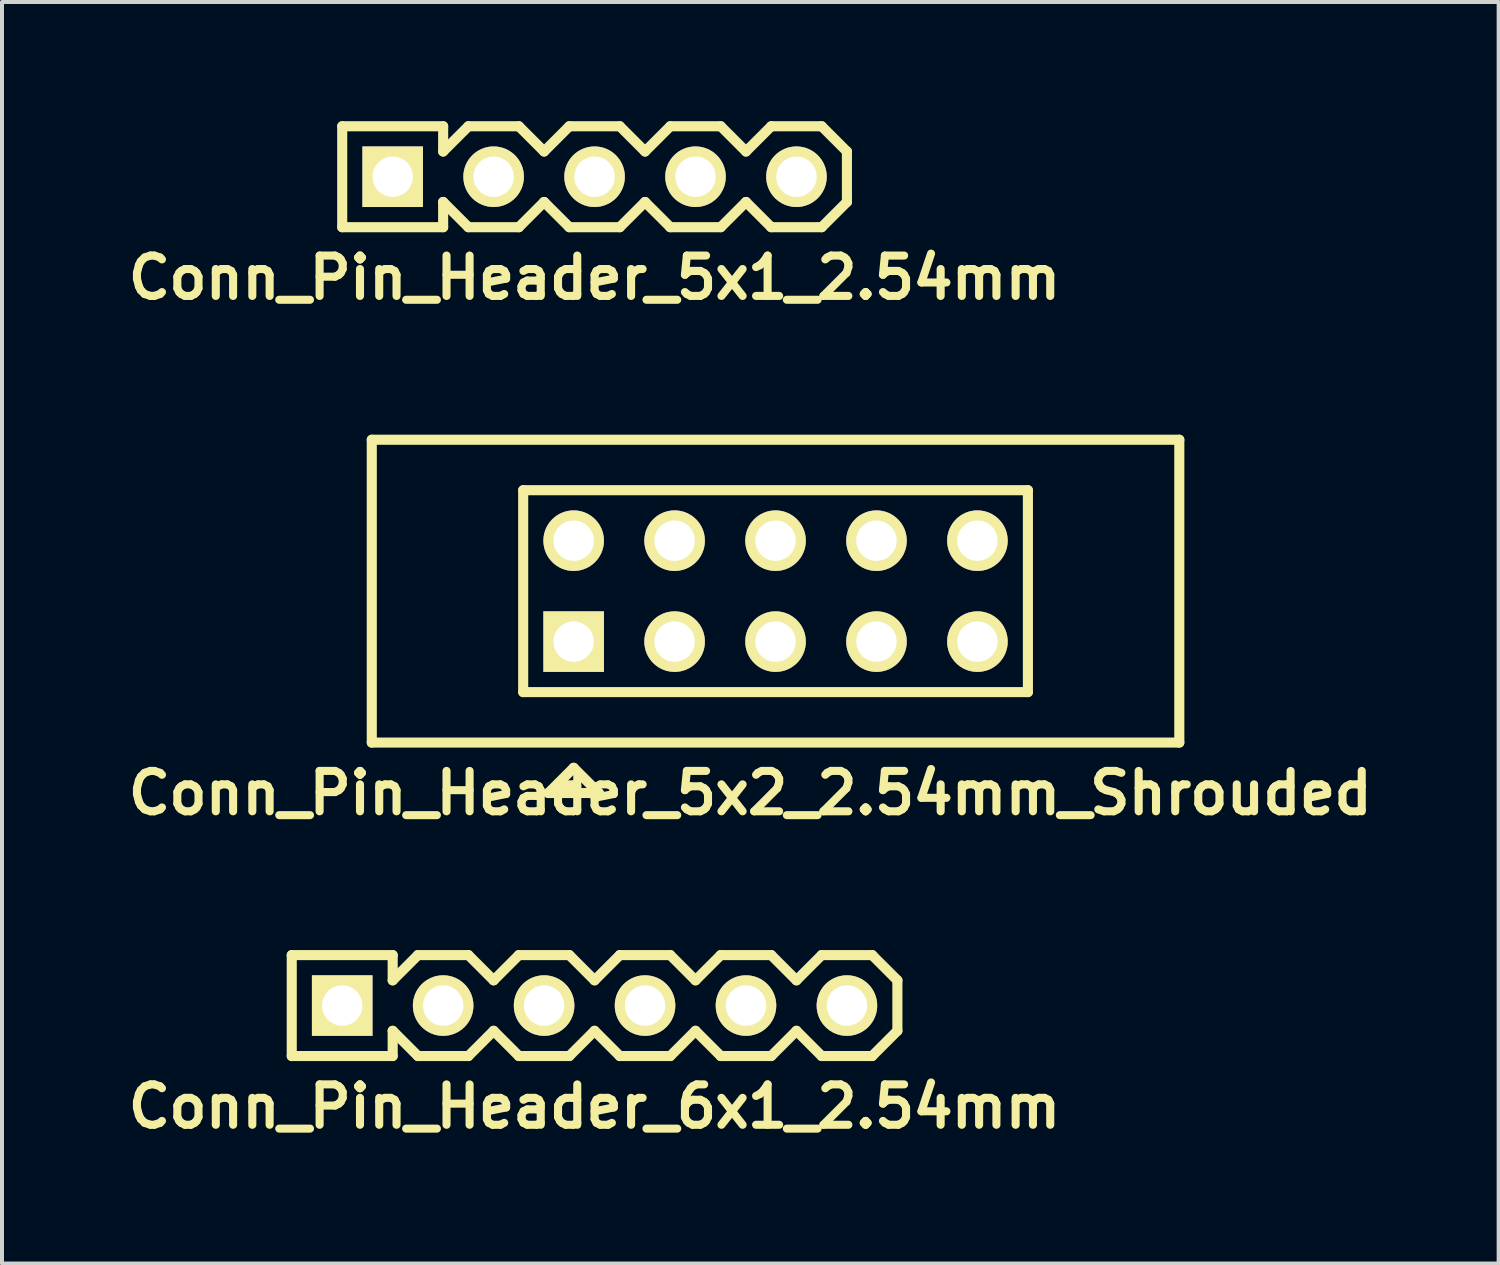
<source format=kicad_pcb>
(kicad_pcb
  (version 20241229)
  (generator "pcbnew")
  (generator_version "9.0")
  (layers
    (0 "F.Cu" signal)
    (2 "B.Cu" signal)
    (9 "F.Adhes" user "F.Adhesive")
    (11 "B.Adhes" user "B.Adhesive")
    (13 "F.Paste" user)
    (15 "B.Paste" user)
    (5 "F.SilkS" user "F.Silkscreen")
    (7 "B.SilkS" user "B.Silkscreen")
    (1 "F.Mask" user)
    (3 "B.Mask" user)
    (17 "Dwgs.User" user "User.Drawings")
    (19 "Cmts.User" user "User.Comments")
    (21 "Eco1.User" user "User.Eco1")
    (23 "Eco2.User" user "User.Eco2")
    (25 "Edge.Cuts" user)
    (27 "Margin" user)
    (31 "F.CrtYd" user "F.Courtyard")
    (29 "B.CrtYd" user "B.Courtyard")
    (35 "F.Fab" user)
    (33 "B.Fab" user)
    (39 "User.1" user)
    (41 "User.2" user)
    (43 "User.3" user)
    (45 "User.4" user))
  (footprint "Conn_Pin_Header_5x2_2.54mm_Shrouded"
    (layer "F.Cu")
    (at 16.465 11.825)
    (property "Reference" "Conn_Pin_Header_5x2_2.54mm_Shrouded" (at -0.635 5.08 0) (layer "F.SilkS") (effects (font (size 1.016 1.016) (thickness 0.203))))
    (attr through_hole)
    (fp_line (start -10.16 -3.81) (end 10.16 -3.81) (stroke (width 0.254) (type solid)) (layer "F.SilkS"))
    (fp_line (start -10.16 3.81) (end -10.16 -3.81) (stroke (width 0.254) (type solid)) (layer "F.SilkS"))
    (fp_line (start -10.16 3.81) (end 10.16 3.81) (stroke (width 0.254) (type solid)) (layer "F.SilkS"))
    (fp_line (start -6.35 -2.54) (end 6.35 -2.54) (stroke (width 0.254) (type solid)) (layer "F.SilkS"))
    (fp_line (start -6.35 2.54) (end -6.35 -2.54) (stroke (width 0.254) (type solid)) (layer "F.SilkS"))
    (fp_line (start -6.35 2.54) (end 6.35 2.54) (stroke (width 0.254) (type solid)) (layer "F.SilkS"))
    (fp_line (start -5.715 5.08) (end -5.08 4.445) (stroke (width 0.254) (type solid)) (layer "F.SilkS"))
    (fp_line (start -5.08 4.445) (end -4.445 5.08) (stroke (width 0.254) (type solid)) (layer "F.SilkS"))
    (fp_line (start -4.445 5.08) (end -5.715 5.08) (stroke (width 0.254) (type solid)) (layer "F.SilkS"))
    (fp_line (start 6.35 -2.54) (end 6.35 2.54) (stroke (width 0.254) (type solid)) (layer "F.SilkS"))
    (fp_line (start 10.16 -3.81) (end 10.16 3.81) (stroke (width 0.254) (type solid)) (layer "F.SilkS"))
    (pad "1" thru_hole rect (at -5.08 1.27) (size 1.524 1.524) (drill 1.016) (layers "*.Cu" "*.Mask" "F.SilkS"))
    (pad "2" thru_hole circle (at -5.08 -1.27) (size 1.524 1.524) (drill 1.016) (layers "*.Cu" "*.Mask" "F.SilkS"))
    (pad "3" thru_hole circle (at -2.54 1.27) (size 1.524 1.524) (drill 1.016) (layers "*.Cu" "*.Mask" "F.SilkS"))
    (pad "4" thru_hole circle (at -2.54 -1.27) (size 1.524 1.524) (drill 1.016) (layers "*.Cu" "*.Mask" "F.SilkS"))
    (pad "5" thru_hole circle (at 0 1.27) (size 1.524 1.524) (drill 1.016) (layers "*.Cu" "*.Mask" "F.SilkS"))
    (pad "6" thru_hole circle (at 0 -1.27) (size 1.524 1.524) (drill 1.016) (layers "*.Cu" "*.Mask" "F.SilkS"))
    (pad "7" thru_hole circle (at 2.54 1.27) (size 1.524 1.524) (drill 1.016) (layers "*.Cu" "*.Mask" "F.SilkS"))
    (pad "8" thru_hole circle (at 2.54 -1.27) (size 1.524 1.524) (drill 1.016) (layers "*.Cu" "*.Mask" "F.SilkS"))
    (pad "9" thru_hole circle (at 5.08 1.27) (size 1.524 1.524) (drill 1.016) (layers "*.Cu" "*.Mask" "F.SilkS"))
    (pad "10" thru_hole circle (at 5.08 -1.27) (size 1.524 1.524) (drill 1.016) (layers "*.Cu" "*.Mask" "F.SilkS")))
  (footprint "Conn_Pin_Header_6x1_2.54mm"
    (layer "F.Cu")
    (at 11.911 22.253)
    (property "Reference" "Conn_Pin_Header_6x1_2.54mm" (at 0 2.54 0) (layer "F.SilkS") (effects (font (size 1.016 1.016) (thickness 0.203))))
    (attr through_hole)
    (fp_line (start -7.62 -1.27) (end -5.08 -1.27) (stroke (width 0.254) (type solid)) (layer "F.SilkS"))
    (fp_line (start -7.62 1.27) (end -7.62 -1.27) (stroke (width 0.254) (type solid)) (layer "F.SilkS"))
    (fp_line (start -5.08 -0.635) (end -5.08 -1.27) (stroke (width 0.254) (type solid)) (layer "F.SilkS"))
    (fp_line (start -5.08 -0.635) (end -4.445 -1.27) (stroke (width 0.254) (type solid)) (layer "F.SilkS"))
    (fp_line (start -5.08 1.27) (end -7.62 1.27) (stroke (width 0.254) (type solid)) (layer "F.SilkS"))
    (fp_line (start -5.08 1.27) (end -5.08 0.635) (stroke (width 0.254) (type solid)) (layer "F.SilkS"))
    (fp_line (start -4.445 -1.27) (end -3.175 -1.27) (stroke (width 0.254) (type solid)) (layer "F.SilkS"))
    (fp_line (start -4.445 1.27) (end -5.08 0.635) (stroke (width 0.254) (type solid)) (layer "F.SilkS"))
    (fp_line (start -3.175 -1.27) (end -2.54 -0.635) (stroke (width 0.254) (type solid)) (layer "F.SilkS"))
    (fp_line (start -3.175 1.27) (end -4.445 1.27) (stroke (width 0.254) (type solid)) (layer "F.SilkS"))
    (fp_line (start -2.54 -0.635) (end -1.905 -1.27) (stroke (width 0.254) (type solid)) (layer "F.SilkS"))
    (fp_line (start -2.54 0.635) (end -3.175 1.27) (stroke (width 0.254) (type solid)) (layer "F.SilkS"))
    (fp_line (start -1.905 -1.27) (end -0.635 -1.27) (stroke (width 0.254) (type solid)) (layer "F.SilkS"))
    (fp_line (start -1.905 1.27) (end -2.54 0.635) (stroke (width 0.254) (type solid)) (layer "F.SilkS"))
    (fp_line (start -0.635 -1.27) (end 0 -0.635) (stroke (width 0.254) (type solid)) (layer "F.SilkS"))
    (fp_line (start -0.635 1.27) (end -1.905 1.27) (stroke (width 0.254) (type solid)) (layer "F.SilkS"))
    (fp_line (start 0 -0.635) (end 0.635 -1.27) (stroke (width 0.254) (type solid)) (layer "F.SilkS"))
    (fp_line (start 0 0.635) (end -0.635 1.27) (stroke (width 0.254) (type solid)) (layer "F.SilkS"))
    (fp_line (start 0.635 -1.27) (end 1.905 -1.27) (stroke (width 0.254) (type solid)) (layer "F.SilkS"))
    (fp_line (start 0.635 1.27) (end 0 0.635) (stroke (width 0.254) (type solid)) (layer "F.SilkS"))
    (fp_line (start 1.905 -1.27) (end 2.54 -0.635) (stroke (width 0.254) (type solid)) (layer "F.SilkS"))
    (fp_line (start 1.905 1.27) (end 0.635 1.27) (stroke (width 0.254) (type solid)) (layer "F.SilkS"))
    (fp_line (start 2.54 -0.635) (end 3.175 -1.27) (stroke (width 0.254) (type solid)) (layer "F.SilkS"))
    (fp_line (start 2.54 0.635) (end 1.905 1.27) (stroke (width 0.254) (type solid)) (layer "F.SilkS"))
    (fp_line (start 3.175 -1.27) (end 4.445 -1.27) (stroke (width 0.254) (type solid)) (layer "F.SilkS"))
    (fp_line (start 3.175 1.27) (end 2.54 0.635) (stroke (width 0.254) (type solid)) (layer "F.SilkS"))
    (fp_line (start 4.445 -1.27) (end 5.08 -0.635) (stroke (width 0.254) (type solid)) (layer "F.SilkS"))
    (fp_line (start 4.445 1.27) (end 3.175 1.27) (stroke (width 0.254) (type solid)) (layer "F.SilkS"))
    (fp_line (start 5.08 -0.635) (end 5.715 -1.27) (stroke (width 0.254) (type solid)) (layer "F.SilkS"))
    (fp_line (start 5.08 0.635) (end 4.445 1.27) (stroke (width 0.254) (type solid)) (layer "F.SilkS"))
    (fp_line (start 5.08 0.635) (end 5.715 1.27) (stroke (width 0.254) (type solid)) (layer "F.SilkS"))
    (fp_line (start 5.715 -1.27) (end 6.985 -1.27) (stroke (width 0.254) (type solid)) (layer "F.SilkS"))
    (fp_line (start 5.715 1.27) (end 6.985 1.27) (stroke (width 0.254) (type solid)) (layer "F.SilkS"))
    (fp_line (start 6.985 -1.27) (end 7.62 -0.635) (stroke (width 0.254) (type solid)) (layer "F.SilkS"))
    (fp_line (start 6.985 1.27) (end 7.62 0.635) (stroke (width 0.254) (type solid)) (layer "F.SilkS"))
    (fp_line (start 7.62 -0.635) (end 7.62 0.635) (stroke (width 0.254) (type solid)) (layer "F.SilkS"))
    (pad "1" thru_hole rect (at -6.35 0) (size 1.524 1.524) (drill 1.016) (layers "*.Cu" "*.Mask" "F.SilkS"))
    (pad "2" thru_hole circle (at -3.81 0) (size 1.524 1.524) (drill 1.016) (layers "*.Cu" "*.Mask" "F.SilkS"))
    (pad "3" thru_hole circle (at -1.27 0) (size 1.524 1.524) (drill 1.016) (layers "*.Cu" "*.Mask" "F.SilkS"))
    (pad "4" thru_hole circle (at 1.27 0) (size 1.524 1.524) (drill 1.016) (layers "*.Cu" "*.Mask" "F.SilkS"))
    (pad "5" thru_hole circle (at 3.81 0) (size 1.524 1.524) (drill 1.016) (layers "*.Cu" "*.Mask" "F.SilkS"))
    (pad "6" thru_hole circle (at 6.35 0) (size 1.524 1.524) (drill 1.016) (layers "*.Cu" "*.Mask" "F.SilkS")))
  (footprint "Conn_Pin_Header_5x1_2.54mm"
    (layer "F.Cu")
    (at 11.911 1.397)
    (property "Reference" "Conn_Pin_Header_5x1_2.54mm" (at 0 2.54 0) (layer "F.SilkS") (effects (font (size 1.016 1.016) (thickness 0.203))))
    (attr through_hole)
    (fp_line (start -6.35 -1.27) (end -3.81 -1.27) (stroke (width 0.254) (type solid)) (layer "F.SilkS"))
    (fp_line (start -6.35 1.27) (end -6.35 -1.27) (stroke (width 0.254) (type solid)) (layer "F.SilkS"))
    (fp_line (start -3.81 -0.635) (end -3.81 -1.27) (stroke (width 0.254) (type solid)) (layer "F.SilkS"))
    (fp_line (start -3.81 -0.635) (end -3.175 -1.27) (stroke (width 0.254) (type solid)) (layer "F.SilkS"))
    (fp_line (start -3.81 1.27) (end -6.35 1.27) (stroke (width 0.254) (type solid)) (layer "F.SilkS"))
    (fp_line (start -3.81 1.27) (end -3.81 0.635) (stroke (width 0.254) (type solid)) (layer "F.SilkS"))
    (fp_line (start -3.175 -1.27) (end -1.905 -1.27) (stroke (width 0.254) (type solid)) (layer "F.SilkS"))
    (fp_line (start -3.175 1.27) (end -3.81 0.635) (stroke (width 0.254) (type solid)) (layer "F.SilkS"))
    (fp_line (start -1.905 -1.27) (end -1.27 -0.635) (stroke (width 0.254) (type solid)) (layer "F.SilkS"))
    (fp_line (start -1.905 1.27) (end -3.175 1.27) (stroke (width 0.254) (type solid)) (layer "F.SilkS"))
    (fp_line (start -1.27 -0.635) (end -0.635 -1.27) (stroke (width 0.254) (type solid)) (layer "F.SilkS"))
    (fp_line (start -1.27 0.635) (end -1.905 1.27) (stroke (width 0.254) (type solid)) (layer "F.SilkS"))
    (fp_line (start -0.635 -1.27) (end 0.635 -1.27) (stroke (width 0.254) (type solid)) (layer "F.SilkS"))
    (fp_line (start -0.635 1.27) (end -1.27 0.635) (stroke (width 0.254) (type solid)) (layer "F.SilkS"))
    (fp_line (start 0.635 -1.27) (end 1.27 -0.635) (stroke (width 0.254) (type solid)) (layer "F.SilkS"))
    (fp_line (start 0.635 1.27) (end -0.635 1.27) (stroke (width 0.254) (type solid)) (layer "F.SilkS"))
    (fp_line (start 1.27 -0.635) (end 1.905 -1.27) (stroke (width 0.254) (type solid)) (layer "F.SilkS"))
    (fp_line (start 1.27 0.635) (end 0.635 1.27) (stroke (width 0.254) (type solid)) (layer "F.SilkS"))
    (fp_line (start 1.905 -1.27) (end 3.175 -1.27) (stroke (width 0.254) (type solid)) (layer "F.SilkS"))
    (fp_line (start 1.905 1.27) (end 1.27 0.635) (stroke (width 0.254) (type solid)) (layer "F.SilkS"))
    (fp_line (start 3.175 -1.27) (end 3.81 -0.635) (stroke (width 0.254) (type solid)) (layer "F.SilkS"))
    (fp_line (start 3.175 1.27) (end 1.905 1.27) (stroke (width 0.254) (type solid)) (layer "F.SilkS"))
    (fp_line (start 3.81 -0.635) (end 4.445 -1.27) (stroke (width 0.254) (type solid)) (layer "F.SilkS"))
    (fp_line (start 3.81 0.635) (end 3.175 1.27) (stroke (width 0.254) (type solid)) (layer "F.SilkS"))
    (fp_line (start 4.445 -1.27) (end 5.715 -1.27) (stroke (width 0.254) (type solid)) (layer "F.SilkS"))
    (fp_line (start 4.445 1.27) (end 3.81 0.635) (stroke (width 0.254) (type solid)) (layer "F.SilkS"))
    (fp_line (start 5.715 -1.27) (end 6.35 -0.635) (stroke (width 0.254) (type solid)) (layer "F.SilkS"))
    (fp_line (start 5.715 1.27) (end 4.445 1.27) (stroke (width 0.254) (type solid)) (layer "F.SilkS"))
    (fp_line (start 6.35 -0.635) (end 6.35 0.635) (stroke (width 0.254) (type solid)) (layer "F.SilkS"))
    (fp_line (start 6.35 0.635) (end 5.715 1.27) (stroke (width 0.254) (type solid)) (layer "F.SilkS"))
    (pad "1" thru_hole rect (at -5.08 0) (size 1.524 1.524) (drill 1.016) (layers "*.Cu" "*.Mask" "F.SilkS"))
    (pad "2" thru_hole circle (at -2.54 0) (size 1.524 1.524) (drill 1.016) (layers "*.Cu" "*.Mask" "F.SilkS"))
    (pad "3" thru_hole circle (at 0 0) (size 1.524 1.524) (drill 1.016) (layers "*.Cu" "*.Mask" "F.SilkS"))
    (pad "4" thru_hole circle (at 2.54 0) (size 1.524 1.524) (drill 1.016) (layers "*.Cu" "*.Mask" "F.SilkS"))
    (pad "5" thru_hole circle (at 5.08 0) (size 1.524 1.524) (drill 1.016) (layers "*.Cu" "*.Mask" "F.SilkS")))
  (gr_rect
    (start -3 -3)
    (end 34.66 28.744)
    (stroke (width 0.1) (type default))
    (fill no)
    (layer "Edge.Cuts")))
</source>
